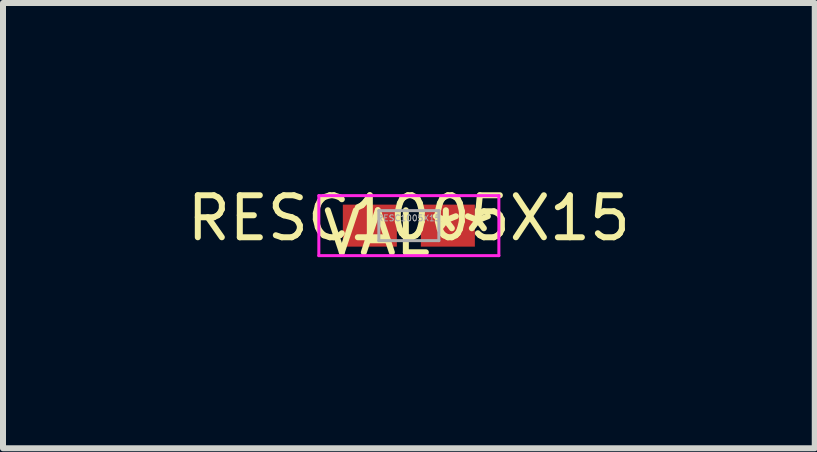
<source format=kicad_pcb>
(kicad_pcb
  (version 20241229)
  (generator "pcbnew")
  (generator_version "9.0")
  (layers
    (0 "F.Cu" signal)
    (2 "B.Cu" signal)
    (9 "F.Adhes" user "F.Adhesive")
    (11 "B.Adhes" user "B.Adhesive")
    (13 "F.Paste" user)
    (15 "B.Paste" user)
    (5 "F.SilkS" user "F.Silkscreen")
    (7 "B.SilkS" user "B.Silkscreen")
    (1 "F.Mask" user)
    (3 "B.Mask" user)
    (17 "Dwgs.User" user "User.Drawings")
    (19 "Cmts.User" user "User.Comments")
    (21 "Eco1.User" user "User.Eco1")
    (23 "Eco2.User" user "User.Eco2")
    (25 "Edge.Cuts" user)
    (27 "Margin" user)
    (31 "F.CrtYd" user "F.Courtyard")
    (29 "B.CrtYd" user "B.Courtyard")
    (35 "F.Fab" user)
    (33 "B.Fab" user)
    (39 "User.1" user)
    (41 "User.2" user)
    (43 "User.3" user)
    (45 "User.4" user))
  (footprint "RESC1005X15"
    (layer "F.Cu")
    (at 3.763 0.71)
    (property "Reference" "RESC1005X15" (at 0 -0.125 0) (layer "F.Fab") (effects (font (size 0.1 0.1) (thickness 0.015))))
    (property "Value" "VAL**" (at 0 0.125 0) (layer "F.Fab") (hide yes) (effects (font (size 0.1 0.1) (thickness 0.015))))
    (attr smd)
    (fp_line (start -1.5 -0.5) (end 1.5 -0.5) (stroke (width 0.05) (type solid)) (layer "F.CrtYd"))
    (fp_line (start -1.5 0.5) (end -1.5 -0.5) (stroke (width 0.05) (type solid)) (layer "F.CrtYd"))
    (fp_line (start 1.5 -0.5) (end 1.5 0.5) (stroke (width 0.05) (type solid)) (layer "F.CrtYd"))
    (fp_line (start 1.5 0.5) (end -1.5 0.5) (stroke (width 0.05) (type solid)) (layer "F.CrtYd"))
    (fp_line (start -0.5 -0.25) (end 0.5 -0.25) (stroke (width 0.05) (type solid)) (layer "F.Fab"))
    (fp_line (start -0.5 0.25) (end -0.5 -0.25) (stroke (width 0.05) (type solid)) (layer "F.Fab"))
    (fp_line (start 0.5 -0.25) (end 0.5 0.25) (stroke (width 0.05) (type solid)) (layer "F.Fab"))
    (fp_line (start 0.5 0.25) (end -0.5 0.25) (stroke (width 0.05) (type solid)) (layer "F.Fab"))
    (fp_text user "${VALUE}" (at 0 0.125 0) (layer "F.SilkS") (effects (font (size 0.7 0.7) (thickness 0.1))))
    (fp_text user "${REFERENCE}" (at 0 -0.125 0) (layer "F.SilkS") (effects (font (size 0.7 0.7) (thickness 0.1))))
    (pad "1" smd rect (at -0.65 0) (size 0.9 0.7) (layers "F.Cu" "F.Mask" "F.Paste"))
    (pad "2" smd rect (at 0.65 0) (size 0.9 0.7) (layers "F.Cu" "F.Mask" "F.Paste")))
  (gr_rect
    (start -3 -3)
    (end 10.527 4.42)
    (stroke (width 0.1) (type default))
    (fill no)
    (layer "Edge.Cuts")))
</source>
